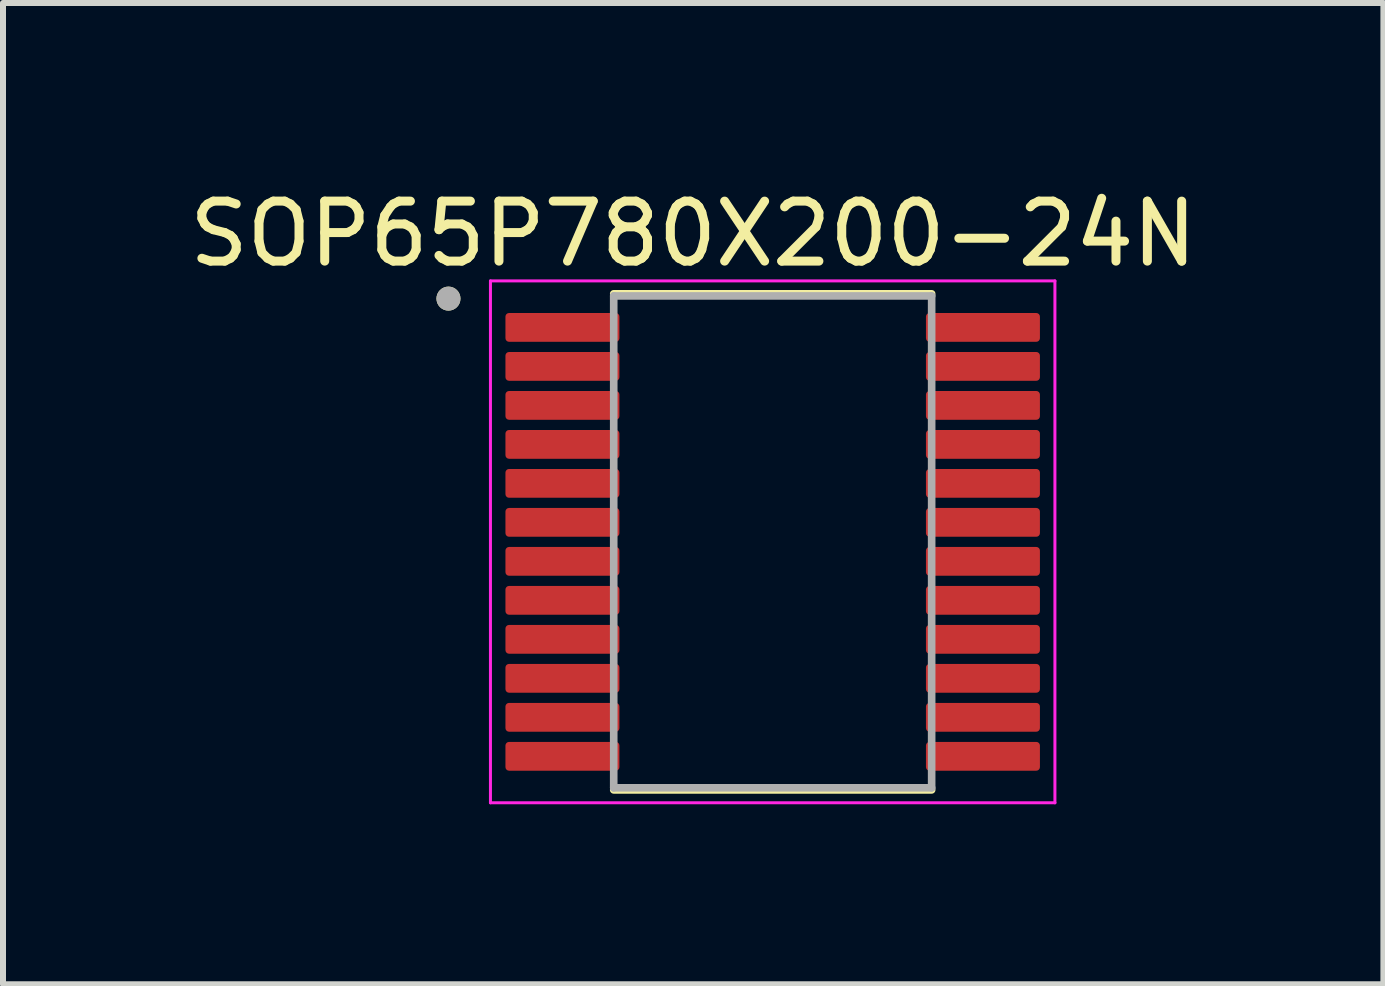
<source format=kicad_pcb>
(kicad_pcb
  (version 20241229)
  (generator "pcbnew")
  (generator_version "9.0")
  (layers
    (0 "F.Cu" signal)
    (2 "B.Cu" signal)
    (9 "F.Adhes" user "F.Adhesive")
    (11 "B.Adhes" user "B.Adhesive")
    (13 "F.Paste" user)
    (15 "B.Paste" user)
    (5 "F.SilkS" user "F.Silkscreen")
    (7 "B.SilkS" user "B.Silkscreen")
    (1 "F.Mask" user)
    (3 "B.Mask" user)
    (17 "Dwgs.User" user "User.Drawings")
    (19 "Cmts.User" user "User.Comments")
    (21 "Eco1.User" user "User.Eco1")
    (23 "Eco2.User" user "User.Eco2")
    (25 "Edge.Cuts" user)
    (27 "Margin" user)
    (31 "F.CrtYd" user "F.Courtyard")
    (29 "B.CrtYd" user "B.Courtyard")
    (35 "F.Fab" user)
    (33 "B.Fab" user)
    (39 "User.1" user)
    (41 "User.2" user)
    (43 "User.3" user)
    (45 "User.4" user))
  (footprint "SOP65P780X200-24N"
    (layer "F.Cu")
    (at 9.831 5.983)
    (property "Reference" "SOP65P780X200-24N" (at -1.325 -5.135 0) (layer "F.SilkS") (effects (font (size 1 1) (thickness 0.15))))
    (attr smd)
    (fp_line (start -2.65 -4.135) (end 2.65 -4.135) (stroke (width 0.127) (type solid)) (layer "F.SilkS"))
    (fp_line (start -2.65 4.135) (end 2.65 4.135) (stroke (width 0.127) (type solid)) (layer "F.SilkS"))
    (fp_circle (center -5.405 -4.055) (end -5.305 -4.055) (stroke (width 0.2) (type solid)) (fill no) (layer "F.SilkS"))
    (fp_line (start -4.705 -4.35) (end -4.705 4.35) (stroke (width 0.05) (type solid)) (layer "F.CrtYd"))
    (fp_line (start -4.705 -4.35) (end 4.705 -4.35) (stroke (width 0.05) (type solid)) (layer "F.CrtYd"))
    (fp_line (start -4.705 4.35) (end 4.705 4.35) (stroke (width 0.05) (type solid)) (layer "F.CrtYd"))
    (fp_line (start 4.705 -4.35) (end 4.705 4.35) (stroke (width 0.05) (type solid)) (layer "F.CrtYd"))
    (fp_line (start -2.65 -4.1) (end -2.65 4.1) (stroke (width 0.127) (type solid)) (layer "F.Fab"))
    (fp_line (start -2.65 -4.1) (end 2.65 -4.1) (stroke (width 0.127) (type solid)) (layer "F.Fab"))
    (fp_line (start -2.65 4.1) (end 2.65 4.1) (stroke (width 0.127) (type solid)) (layer "F.Fab"))
    (fp_line (start 2.65 -4.1) (end 2.65 4.1) (stroke (width 0.127) (type solid)) (layer "F.Fab"))
    (fp_circle (center -5.405 -4.055) (end -5.305 -4.055) (stroke (width 0.2) (type solid)) (fill no) (layer "F.Fab"))
    (pad "1" smd roundrect (at -3.505 -3.575) (size 1.9 0.48) (layers "F.Cu" "F.Mask" "F.Paste") (roundrect_rratio 0.125))
    (pad "2" smd roundrect (at -3.505 -2.925) (size 1.9 0.48) (layers "F.Cu" "F.Mask" "F.Paste") (roundrect_rratio 0.125))
    (pad "3" smd roundrect (at -3.505 -2.275) (size 1.9 0.48) (layers "F.Cu" "F.Mask" "F.Paste") (roundrect_rratio 0.125))
    (pad "4" smd roundrect (at -3.505 -1.625) (size 1.9 0.48) (layers "F.Cu" "F.Mask" "F.Paste") (roundrect_rratio 0.125))
    (pad "5" smd roundrect (at -3.505 -0.975) (size 1.9 0.48) (layers "F.Cu" "F.Mask" "F.Paste") (roundrect_rratio 0.125))
    (pad "6" smd roundrect (at -3.505 -0.325) (size 1.9 0.48) (layers "F.Cu" "F.Mask" "F.Paste") (roundrect_rratio 0.125))
    (pad "7" smd roundrect (at -3.505 0.325) (size 1.9 0.48) (layers "F.Cu" "F.Mask" "F.Paste") (roundrect_rratio 0.125))
    (pad "8" smd roundrect (at -3.505 0.975) (size 1.9 0.48) (layers "F.Cu" "F.Mask" "F.Paste") (roundrect_rratio 0.125))
    (pad "9" smd roundrect (at -3.505 1.625) (size 1.9 0.48) (layers "F.Cu" "F.Mask" "F.Paste") (roundrect_rratio 0.125))
    (pad "10" smd roundrect (at -3.505 2.275) (size 1.9 0.48) (layers "F.Cu" "F.Mask" "F.Paste") (roundrect_rratio 0.125))
    (pad "11" smd roundrect (at -3.505 2.925) (size 1.9 0.48) (layers "F.Cu" "F.Mask" "F.Paste") (roundrect_rratio 0.125))
    (pad "12" smd roundrect (at -3.505 3.575) (size 1.9 0.48) (layers "F.Cu" "F.Mask" "F.Paste") (roundrect_rratio 0.125))
    (pad "13" smd roundrect (at 3.505 3.575) (size 1.9 0.48) (layers "F.Cu" "F.Mask" "F.Paste") (roundrect_rratio 0.125))
    (pad "14" smd roundrect (at 3.505 2.925) (size 1.9 0.48) (layers "F.Cu" "F.Mask" "F.Paste") (roundrect_rratio 0.125))
    (pad "15" smd roundrect (at 3.505 2.275) (size 1.9 0.48) (layers "F.Cu" "F.Mask" "F.Paste") (roundrect_rratio 0.125))
    (pad "16" smd roundrect (at 3.505 1.625) (size 1.9 0.48) (layers "F.Cu" "F.Mask" "F.Paste") (roundrect_rratio 0.125))
    (pad "17" smd roundrect (at 3.505 0.975) (size 1.9 0.48) (layers "F.Cu" "F.Mask" "F.Paste") (roundrect_rratio 0.125))
    (pad "18" smd roundrect (at 3.505 0.325) (size 1.9 0.48) (layers "F.Cu" "F.Mask" "F.Paste") (roundrect_rratio 0.125))
    (pad "19" smd roundrect (at 3.505 -0.325) (size 1.9 0.48) (layers "F.Cu" "F.Mask" "F.Paste") (roundrect_rratio 0.125))
    (pad "20" smd roundrect (at 3.505 -0.975) (size 1.9 0.48) (layers "F.Cu" "F.Mask" "F.Paste") (roundrect_rratio 0.125))
    (pad "21" smd roundrect (at 3.505 -1.625) (size 1.9 0.48) (layers "F.Cu" "F.Mask" "F.Paste") (roundrect_rratio 0.125))
    (pad "22" smd roundrect (at 3.505 -2.275) (size 1.9 0.48) (layers "F.Cu" "F.Mask" "F.Paste") (roundrect_rratio 0.125))
    (pad "23" smd roundrect (at 3.505 -2.925) (size 1.9 0.48) (layers "F.Cu" "F.Mask" "F.Paste") (roundrect_rratio 0.125))
    (pad "24" smd roundrect (at 3.505 -3.575) (size 1.9 0.48) (layers "F.Cu" "F.Mask" "F.Paste") (roundrect_rratio 0.125)))
  (gr_rect
    (start -3 -3)
    (end 20.012 13.358)
    (stroke (width 0.1) (type default))
    (fill no)
    (layer "Edge.Cuts")))
</source>
